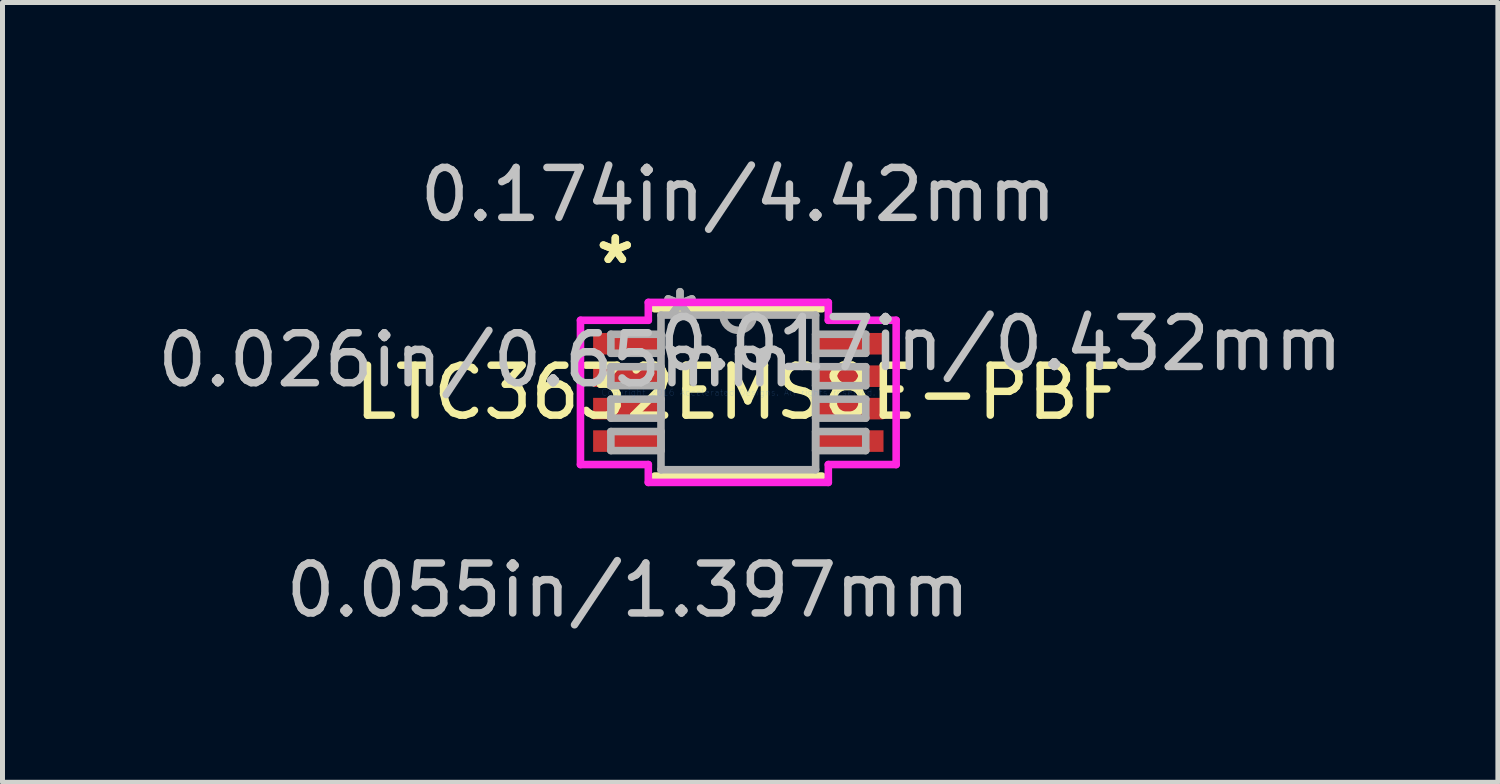
<source format=kicad_pcb>
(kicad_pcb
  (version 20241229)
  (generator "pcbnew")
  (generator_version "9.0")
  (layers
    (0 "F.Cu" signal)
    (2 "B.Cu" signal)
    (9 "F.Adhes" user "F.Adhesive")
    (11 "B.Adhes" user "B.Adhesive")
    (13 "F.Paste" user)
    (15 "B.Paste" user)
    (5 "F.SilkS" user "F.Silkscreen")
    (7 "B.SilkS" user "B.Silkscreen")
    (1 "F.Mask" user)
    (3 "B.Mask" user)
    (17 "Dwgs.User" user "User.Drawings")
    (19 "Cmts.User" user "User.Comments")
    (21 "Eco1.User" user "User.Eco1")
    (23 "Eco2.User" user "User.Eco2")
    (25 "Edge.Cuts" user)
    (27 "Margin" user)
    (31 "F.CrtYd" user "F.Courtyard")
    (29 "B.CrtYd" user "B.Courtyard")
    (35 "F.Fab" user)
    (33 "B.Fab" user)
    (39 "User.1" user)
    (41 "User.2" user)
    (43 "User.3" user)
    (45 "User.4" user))
  (footprint "LTC3632EMS8E-PBF"
    (layer "F.Cu")
    (at 11.74 4.811)
    (property "Reference" "LTC3632EMS8E-PBF" (at 0 0 0) (layer "F.SilkS") (effects (font (size 1 1) (thickness 0.15))))
    (attr through_hole)
    (fp_line (start -1.676 1.676) (end 1.676 1.676) (stroke (width 0.152) (type solid)) (layer "F.SilkS"))
    (fp_line (start 1.676 -1.676) (end -1.676 -1.676) (stroke (width 0.152) (type solid)) (layer "F.SilkS"))
    (fp_line (start -3.162 -1.445) (end -1.803 -1.445) (stroke (width 0.152) (type solid)) (layer "F.CrtYd"))
    (fp_line (start -3.162 1.445) (end -3.162 -1.445) (stroke (width 0.152) (type solid)) (layer "F.CrtYd"))
    (fp_line (start -1.803 -1.803) (end 1.803 -1.803) (stroke (width 0.152) (type solid)) (layer "F.CrtYd"))
    (fp_line (start -1.803 -1.445) (end -1.803 -1.803) (stroke (width 0.152) (type solid)) (layer "F.CrtYd"))
    (fp_line (start -1.803 1.445) (end -3.162 1.445) (stroke (width 0.152) (type solid)) (layer "F.CrtYd"))
    (fp_line (start -1.803 1.803) (end -1.803 1.445) (stroke (width 0.152) (type solid)) (layer "F.CrtYd"))
    (fp_line (start 1.803 -1.803) (end 1.803 -1.445) (stroke (width 0.152) (type solid)) (layer "F.CrtYd"))
    (fp_line (start 1.803 -1.445) (end 3.162 -1.445) (stroke (width 0.152) (type solid)) (layer "F.CrtYd"))
    (fp_line (start 1.803 1.445) (end 1.803 1.803) (stroke (width 0.152) (type solid)) (layer "F.CrtYd"))
    (fp_line (start 1.803 1.803) (end -1.803 1.803) (stroke (width 0.152) (type solid)) (layer "F.CrtYd"))
    (fp_line (start 3.162 -1.445) (end 3.162 1.445) (stroke (width 0.152) (type solid)) (layer "F.CrtYd"))
    (fp_line (start 3.162 1.445) (end 1.803 1.445) (stroke (width 0.152) (type solid)) (layer "F.CrtYd"))
    (fp_line (start -2.553 -1.165) (end -2.553 -0.784) (stroke (width 0.152) (type solid)) (layer "F.Fab"))
    (fp_line (start -2.553 -0.784) (end -1.549 -0.784) (stroke (width 0.152) (type solid)) (layer "F.Fab"))
    (fp_line (start -2.553 -0.515) (end -2.553 -0.135) (stroke (width 0.152) (type solid)) (layer "F.Fab"))
    (fp_line (start -2.553 -0.135) (end -1.549 -0.135) (stroke (width 0.152) (type solid)) (layer "F.Fab"))
    (fp_line (start -2.553 0.135) (end -2.553 0.515) (stroke (width 0.152) (type solid)) (layer "F.Fab"))
    (fp_line (start -2.553 0.515) (end -1.549 0.515) (stroke (width 0.152) (type solid)) (layer "F.Fab"))
    (fp_line (start -2.553 0.784) (end -2.553 1.165) (stroke (width 0.152) (type solid)) (layer "F.Fab"))
    (fp_line (start -2.553 1.165) (end -1.549 1.165) (stroke (width 0.152) (type solid)) (layer "F.Fab"))
    (fp_line (start -1.549 -1.549) (end -1.549 1.549) (stroke (width 0.152) (type solid)) (layer "F.Fab"))
    (fp_line (start -1.549 -1.165) (end -2.553 -1.165) (stroke (width 0.152) (type solid)) (layer "F.Fab"))
    (fp_line (start -1.549 -0.784) (end -1.549 -1.165) (stroke (width 0.152) (type solid)) (layer "F.Fab"))
    (fp_line (start -1.549 -0.515) (end -2.553 -0.515) (stroke (width 0.152) (type solid)) (layer "F.Fab"))
    (fp_line (start -1.549 -0.135) (end -1.549 -0.515) (stroke (width 0.152) (type solid)) (layer "F.Fab"))
    (fp_line (start -1.549 0.135) (end -2.553 0.135) (stroke (width 0.152) (type solid)) (layer "F.Fab"))
    (fp_line (start -1.549 0.515) (end -1.549 0.135) (stroke (width 0.152) (type solid)) (layer "F.Fab"))
    (fp_line (start -1.549 0.784) (end -2.553 0.784) (stroke (width 0.152) (type solid)) (layer "F.Fab"))
    (fp_line (start -1.549 1.165) (end -1.549 0.784) (stroke (width 0.152) (type solid)) (layer "F.Fab"))
    (fp_line (start -1.549 1.549) (end 1.549 1.549) (stroke (width 0.152) (type solid)) (layer "F.Fab"))
    (fp_line (start 1.549 -1.549) (end -1.549 -1.549) (stroke (width 0.152) (type solid)) (layer "F.Fab"))
    (fp_line (start 1.549 -1.165) (end 1.549 -0.784) (stroke (width 0.152) (type solid)) (layer "F.Fab"))
    (fp_line (start 1.549 -0.784) (end 2.553 -0.784) (stroke (width 0.152) (type solid)) (layer "F.Fab"))
    (fp_line (start 1.549 -0.515) (end 1.549 -0.135) (stroke (width 0.152) (type solid)) (layer "F.Fab"))
    (fp_line (start 1.549 -0.135) (end 2.553 -0.135) (stroke (width 0.152) (type solid)) (layer "F.Fab"))
    (fp_line (start 1.549 0.135) (end 1.549 0.515) (stroke (width 0.152) (type solid)) (layer "F.Fab"))
    (fp_line (start 1.549 0.515) (end 2.553 0.515) (stroke (width 0.152) (type solid)) (layer "F.Fab"))
    (fp_line (start 1.549 0.784) (end 1.549 1.165) (stroke (width 0.152) (type solid)) (layer "F.Fab"))
    (fp_line (start 1.549 1.165) (end 2.553 1.165) (stroke (width 0.152) (type solid)) (layer "F.Fab"))
    (fp_line (start 1.549 1.549) (end 1.549 -1.549) (stroke (width 0.152) (type solid)) (layer "F.Fab"))
    (fp_line (start 2.553 -1.165) (end 1.549 -1.165) (stroke (width 0.152) (type solid)) (layer "F.Fab"))
    (fp_line (start 2.553 -0.784) (end 2.553 -1.165) (stroke (width 0.152) (type solid)) (layer "F.Fab"))
    (fp_line (start 2.553 -0.515) (end 1.549 -0.515) (stroke (width 0.152) (type solid)) (layer "F.Fab"))
    (fp_line (start 2.553 -0.135) (end 2.553 -0.515) (stroke (width 0.152) (type solid)) (layer "F.Fab"))
    (fp_line (start 2.553 0.135) (end 1.549 0.135) (stroke (width 0.152) (type solid)) (layer "F.Fab"))
    (fp_line (start 2.553 0.515) (end 2.553 0.135) (stroke (width 0.152) (type solid)) (layer "F.Fab"))
    (fp_line (start 2.553 0.784) (end 1.549 0.784) (stroke (width 0.152) (type solid)) (layer "F.Fab"))
    (fp_line (start 2.553 1.165) (end 2.553 0.784) (stroke (width 0.152) (type solid)) (layer "F.Fab"))
    (fp_arc (start 0.3048 -1.5494) (mid 0 -1.2446) (end -0.3048 -1.5494) (stroke (width 0.1524) (type solid)) (layer "F.Fab"))
    (fp_text user "*" (at -2.464 -2.55 0) (layer "F.SilkS") (effects (font (size 1 1) (thickness 0.15))))
    (fp_text user "*" (at -2.464 -2.55 0) (layer "F.SilkS") (effects (font (size 1 1) (thickness 0.15))))
    (fp_text user "0.055in/1.397mm" (at -2.21 3.962 0) (layer "Dwgs.User") (effects (font (size 1 1) (thickness 0.15))))
    (fp_text user "0.026in/0.65mm" (at -5.258 -0.65 0) (layer "Dwgs.User") (effects (font (size 1 1) (thickness 0.15))))
    (fp_text user "0.017in/0.432mm" (at 5.258 -0.975 0) (layer "Dwgs.User") (effects (font (size 1 1) (thickness 0.15))))
    (fp_text user "0.174in/4.42mm" (at 0 -3.962 0) (layer "Dwgs.User") (effects (font (size 1 1) (thickness 0.15))))
    (fp_text user "Copyright 2016 Accelerated Designs. All rights reserved." (at 0 0 0) (layer "Cmts.User") (effects (font (size 0.127 0.127) (thickness 0.002))))
    (fp_text user "*" (at -1.168 -1.473 0) (layer "F.Fab") (effects (font (size 1 1) (thickness 0.15))))
    (fp_text user "*" (at -1.168 -1.473 0) (layer "F.Fab") (effects (font (size 1 1) (thickness 0.15))))
    (pad "1" smd rect (at -2.21 -0.975) (size 1.397 0.432) (layers "F.Cu" "F.Mask" "F.Paste"))
    (pad "2" smd rect (at -2.21 -0.325) (size 1.397 0.432) (layers "F.Cu" "F.Mask" "F.Paste"))
    (pad "3" smd rect (at -2.21 0.325) (size 1.397 0.432) (layers "F.Cu" "F.Mask" "F.Paste"))
    (pad "4" smd rect (at -2.21 0.975) (size 1.397 0.432) (layers "F.Cu" "F.Mask" "F.Paste"))
    (pad "5" smd rect (at 2.21 0.975) (size 1.397 0.432) (layers "F.Cu" "F.Mask" "F.Paste"))
    (pad "6" smd rect (at 2.21 0.325) (size 1.397 0.432) (layers "F.Cu" "F.Mask" "F.Paste"))
    (pad "7" smd rect (at 2.21 -0.325) (size 1.397 0.432) (layers "F.Cu" "F.Mask" "F.Paste"))
    (pad "8" smd rect (at 2.21 -0.975) (size 1.397 0.432) (layers "F.Cu" "F.Mask" "F.Paste")))
  (gr_rect
    (start -3 -3)
    (end 26.956 12.621)
    (stroke (width 0.1) (type default))
    (fill no)
    (layer "Edge.Cuts")))
</source>
